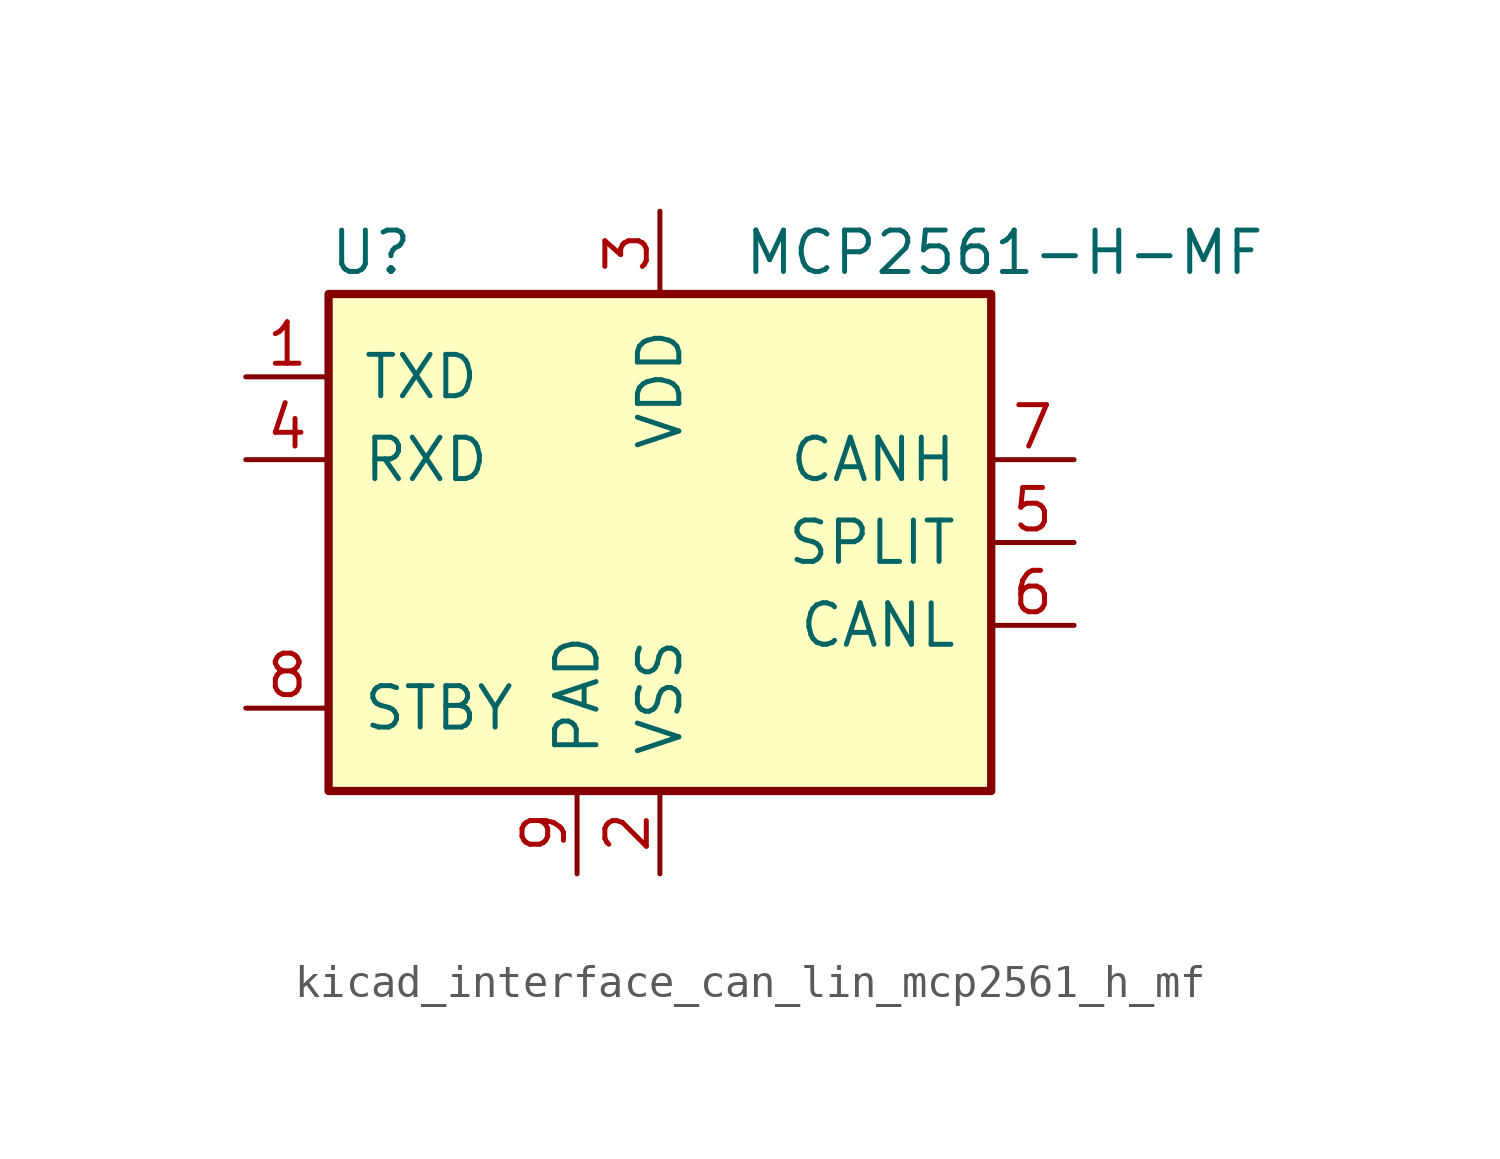
<source format=kicad_sym>
(kicad_symbol_lib
  (version 20220914)
  (generator kicad_symbol_editor)
  (symbol "kicad_interface_can_lin_mcp2561_h_mf"
    (pin_names
      (offset 1.016))
    (property "Reference" "U"
      (at -10.16 8.89 0)
      (effects (font (size 1.27 1.27)) (justify left)))
    (property "Value" "MCP2561-H-MF"
      (at 2.54 8.89 0)
      (effects (font (size 1.27 1.27)) (justify left)))
    (symbol "kicad_interface_can_lin_mcp2561_h_mf_0_1"
      (rectangle (start -10.16 7.62) (end 10.16 -7.62) (stroke (width 0.254) (type default)) (fill (type background))))
    (symbol "kicad_interface_can_lin_mcp2561_h_mf_1_1"
      (pin input line (at -12.7 5.08 0) (length 2.54) (name "TXD" (effects (font (size 1.27 1.27)))) (number "1" (effects (font (size 1.27 1.27)))))
      (pin power_in line (at 0 -10.16 90) (length 2.54) (name "VSS" (effects (font (size 1.27 1.27)))) (number "2" (effects (font (size 1.27 1.27)))))
      (pin power_in line (at 0 10.16 270) (length 2.54) (name "VDD" (effects (font (size 1.27 1.27)))) (number "3" (effects (font (size 1.27 1.27)))))
      (pin output line (at -12.7 2.54 0) (length 2.54) (name "RXD" (effects (font (size 1.27 1.27)))) (number "4" (effects (font (size 1.27 1.27)))))
      (pin passive line (at 12.7 0 180) (length 2.54) (name "SPLIT" (effects (font (size 1.27 1.27)))) (number "5" (effects (font (size 1.27 1.27)))))
      (pin bidirectional line (at 12.7 -2.54 180) (length 2.54) (name "CANL" (effects (font (size 1.27 1.27)))) (number "6" (effects (font (size 1.27 1.27)))))
      (pin bidirectional line (at 12.7 2.54 180) (length 2.54) (name "CANH" (effects (font (size 1.27 1.27)))) (number "7" (effects (font (size 1.27 1.27)))))
      (pin input line (at -12.7 -5.08 0) (length 2.54) (name "STBY" (effects (font (size 1.27 1.27)))) (number "8" (effects (font (size 1.27 1.27)))))
      (pin power_in line (at -2.54 -10.16 90) (length 2.54) (name "PAD" (effects (font (size 1.27 1.27)))) (number "9" (effects (font (size 1.27 1.27))))))))
</source>
